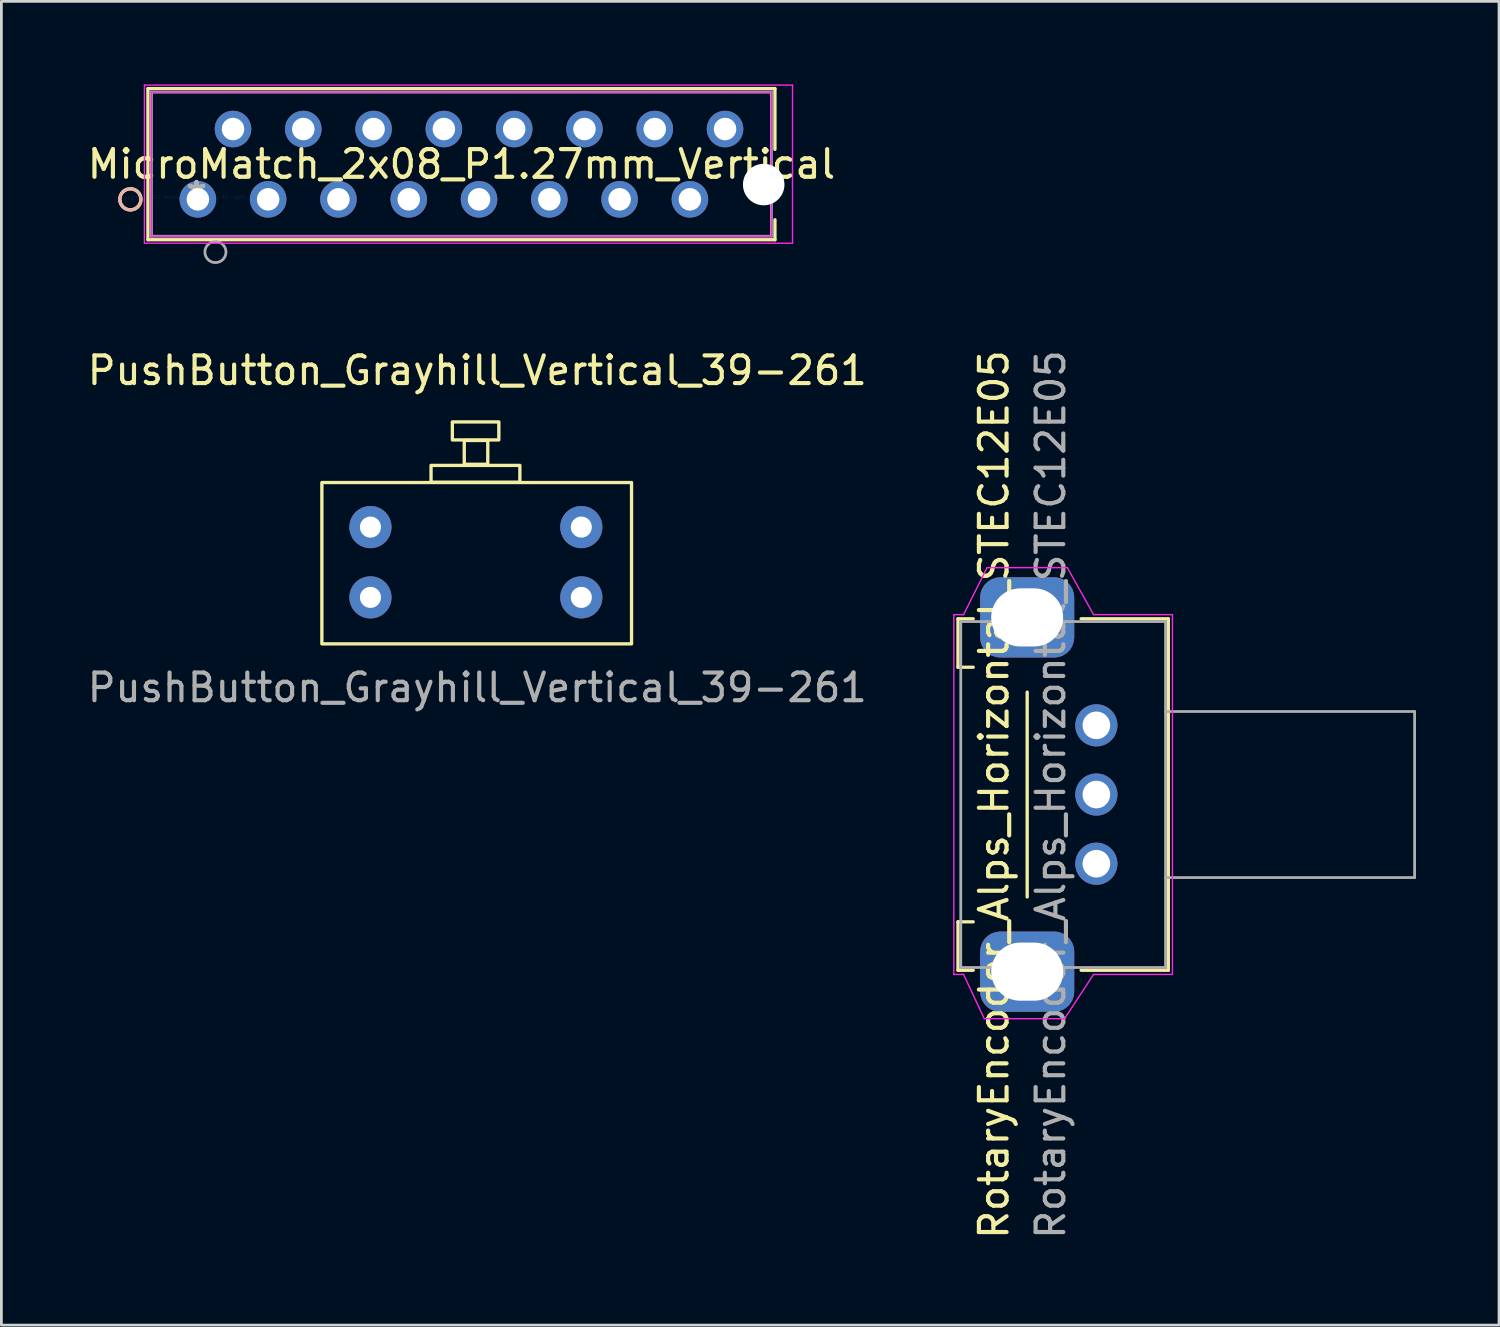
<source format=kicad_pcb>
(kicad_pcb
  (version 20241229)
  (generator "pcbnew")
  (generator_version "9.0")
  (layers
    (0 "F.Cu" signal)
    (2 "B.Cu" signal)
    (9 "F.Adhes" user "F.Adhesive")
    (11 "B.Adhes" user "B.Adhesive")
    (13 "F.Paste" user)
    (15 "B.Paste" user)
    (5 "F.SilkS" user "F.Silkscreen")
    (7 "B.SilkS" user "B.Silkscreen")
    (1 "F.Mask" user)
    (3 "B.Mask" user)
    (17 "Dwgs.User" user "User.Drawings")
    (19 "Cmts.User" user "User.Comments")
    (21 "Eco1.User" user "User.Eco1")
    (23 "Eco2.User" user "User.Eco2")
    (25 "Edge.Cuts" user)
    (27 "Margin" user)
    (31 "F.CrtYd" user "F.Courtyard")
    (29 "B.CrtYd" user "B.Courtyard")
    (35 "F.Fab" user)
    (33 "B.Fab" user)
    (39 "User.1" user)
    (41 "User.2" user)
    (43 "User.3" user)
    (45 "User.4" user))
  (footprint "PushButton_Grayhill_Vertical_39-261"
    (layer "F.Cu")
    (at 14.146 17.267)
    (property "Reference" "PushButton_Grayhill_Vertical_39-261" (at 0.05 -6.93 0) (unlocked yes) (layer "F.SilkS") (effects (font (size 1 1) (thickness 0.15))))
    (fp_rect (start -5.565 -2.88) (end 5.625 2.95) (stroke (width 0.12) (type default)) (fill no) (layer "F.SilkS"))
    (fp_rect (start -1.62 -2.89) (end 1.59 -3.5) (stroke (width 0.12) (type default)) (fill no) (layer "F.SilkS"))
    (fp_rect (start -0.85 -5.07) (end 0.83 -4.42) (stroke (width 0.12) (type default)) (fill no) (layer "F.SilkS"))
    (fp_rect (start -0.42 -3.54) (end 0.43 -4.4) (stroke (width 0.12) (type default)) (fill no) (layer "F.SilkS"))
    (fp_text user "${REFERENCE}" (at 0.05 4.53 0) (unlocked yes) (layer "F.Fab") (effects (font (size 1 1) (thickness 0.15))))
    (pad "1" thru_hole circle (at 3.81 -1.27) (size 1.524 1.524) (drill 0.762) (layers "*.Cu" "*.Mask"))
    (pad "2" thru_hole circle (at -3.81 -1.27) (size 1.524 1.524) (drill 0.762) (layers "*.Cu" "*.Mask"))
    (pad "3" thru_hole circle (at 3.81 1.27) (size 1.524 1.524) (drill 0.762) (layers "*.Cu" "*.Mask"))
    (pad "4" thru_hole circle (at -3.81 1.27) (size 1.524 1.524) (drill 0.762) (layers "*.Cu" "*.Mask")))
  (footprint "RotaryEncoder_Alps_Horizontal_STEC12E05"
    (layer "F.Cu")
    (at 36.568 28.161)
    (property "Reference" "RotaryEncoder_Alps_Horizontal_STEC12E05" (at -3.7 -2.5 270) (layer "F.SilkS") (effects (font (size 1 1) (thickness 0.15))))
    (attr through_hole)
    (fp_line (start -5 -8.85) (end -5 -7.1) (stroke (width 0.12) (type solid)) (layer "F.SilkS"))
    (fp_line (start -5 -7.1) (end -4.45 -7.1) (stroke (width 0.12) (type solid)) (layer "F.SilkS"))
    (fp_line (start -5 2.1) (end -4.45 2.1) (stroke (width 0.12) (type solid)) (layer "F.SilkS"))
    (fp_line (start -5 3.85) (end -5 2.1) (stroke (width 0.12) (type solid)) (layer "F.SilkS"))
    (fp_line (start -5 3.85) (end -4.45 3.85) (stroke (width 0.12) (type solid)) (layer "F.SilkS"))
    (fp_line (start -4.45 -8.85) (end -5 -8.85) (stroke (width 0.12) (type solid)) (layer "F.SilkS"))
    (fp_line (start -2.5 1.2) (end -2.5 -6.2) (stroke (width 0.12) (type solid)) (layer "F.SilkS"))
    (fp_line (start -0.55 3.85) (end 2.6 3.85) (stroke (width 0.12) (type solid)) (layer "F.SilkS"))
    (fp_line (start 2.6 -8.85) (end -0.55 -8.85) (stroke (width 0.12) (type solid)) (layer "F.SilkS"))
    (fp_line (start 2.6 3.85) (end 2.6 -8.85) (stroke (width 0.12) (type solid)) (layer "F.SilkS"))
    (fp_line (start -5.15 4) (end -5.15 -9) (stroke (width 0.05) (type solid)) (layer "F.CrtYd"))
    (fp_line (start -4.8 -9) (end -5.15 -9) (stroke (width 0.05) (type default)) (layer "F.CrtYd"))
    (fp_line (start -4.8 -9) (end -3.95 -10.7) (stroke (width 0.05) (type solid)) (layer "F.CrtYd"))
    (fp_line (start -4.8 4) (end -5.15 4) (stroke (width 0.05) (type default)) (layer "F.CrtYd"))
    (fp_line (start -4.8 4) (end -4.05 5.6) (stroke (width 0.05) (type solid)) (layer "F.CrtYd"))
    (fp_line (start -3.95 -10.7) (end -1.05 -10.7) (stroke (width 0.05) (type solid)) (layer "F.CrtYd"))
    (fp_line (start -1.15 5.6) (end -4.05 5.6) (stroke (width 0.05) (type solid)) (layer "F.CrtYd"))
    (fp_line (start -1.05 -10.7) (end -0.1 -9) (stroke (width 0.05) (type default)) (layer "F.CrtYd"))
    (fp_line (start -0.1 -9) (end 2.75 -9) (stroke (width 0.05) (type default)) (layer "F.CrtYd"))
    (fp_line (start -0.1 4) (end -1.15 5.6) (stroke (width 0.05) (type solid)) (layer "F.CrtYd"))
    (fp_line (start -0.1 4) (end 2.75 4) (stroke (width 0.05) (type default)) (layer "F.CrtYd"))
    (fp_line (start 2.75 4) (end 2.75 -9) (stroke (width 0.05) (type solid)) (layer "F.CrtYd"))
    (fp_line (start -4.9 -8.75) (end 2.5 -8.75) (stroke (width 0.1) (type solid)) (layer "F.Fab"))
    (fp_line (start -4.9 3.75) (end -4.9 -8.75) (stroke (width 0.1) (type solid)) (layer "F.Fab"))
    (fp_line (start 2.5 -8.75) (end 2.5 3.75) (stroke (width 0.1) (type solid)) (layer "F.Fab"))
    (fp_line (start 2.5 0.5) (end 11.5 0.5) (stroke (width 0.1) (type solid)) (layer "F.Fab"))
    (fp_line (start 2.5 3.75) (end -4.9 3.75) (stroke (width 0.1) (type solid)) (layer "F.Fab"))
    (fp_line (start 11.5 -5.5) (end 2.5 -5.5) (stroke (width 0.1) (type solid)) (layer "F.Fab"))
    (fp_line (start 11.5 0.5) (end 11.5 -5.5) (stroke (width 0.1) (type solid)) (layer "F.Fab"))
    (fp_text user "${REFERENCE}" (at -1.65 -2.5 270) (layer "F.Fab") (effects (font (size 1 1) (thickness 0.15))))
    (pad "A" thru_hole circle (at 0 0 90) (size 1.524 1.524) (drill 1) (layers "*.Cu" "*.Mask"))
    (pad "B" thru_hole circle (at 0 -5 90) (size 1.524 1.524) (drill 1) (layers "*.Cu" "*.Mask"))
    (pad "C" thru_hole circle (at 0 -2.5 90) (size 1.524 1.524) (drill 1) (layers "*.Cu" "*.Mask"))
    (pad "SH" thru_hole roundrect (at -2.5 -8.9 90) (size 2.9 3.4) (drill oval 2.1 2.6) (layers "*.Cu" "*.Mask") (roundrect_rratio 0.25))
    (pad "SH" thru_hole roundrect (at -2.5 3.9 90) (size 2.9 3.4) (drill oval 2.1 2.6) (layers "*.Cu" "*.Mask") (roundrect_rratio 0.25)))
  (footprint "MicroMatch_2x08_P1.27mm_Vertical"
    (layer "F.Cu")
    (at 4.052 4.071)
    (property "Reference" "MicroMatch_2x08_P1.27mm_Vertical" (at 9.573 -1.188 0) (layer "F.SilkS") (effects (font (size 1 1) (thickness 0.15))))
    (attr through_hole)
    (fp_line (start -1.756 -3.919) (end -1.756 1.542) (stroke (width 0.12) (type solid)) (layer "F.SilkS"))
    (fp_line (start -1.756 1.542) (end 20.901 1.542) (stroke (width 0.12) (type solid)) (layer "F.SilkS"))
    (fp_line (start 20.901 -3.919) (end -1.756 -3.919) (stroke (width 0.12) (type solid)) (layer "F.SilkS"))
    (fp_line (start 20.901 -1.724) (end 20.901 -3.919) (stroke (width 0.12) (type solid)) (layer "F.SilkS"))
    (fp_line (start 20.901 1.542) (end 20.901 0.821) (stroke (width 0.12) (type solid)) (layer "F.SilkS"))
    (fp_circle (center -2.391 0.082) (end -2.01 0.082) (stroke (width 0.12) (type solid)) (fill no) (layer "F.SilkS"))
    (fp_circle (center -2.391 0.082) (end -2.01 0.082) (stroke (width 0.12) (type solid)) (fill no) (layer "B.SilkS"))
    (fp_line (start -1.883 -4.046) (end -1.883 1.669) (stroke (width 0.05) (type solid)) (layer "F.CrtYd"))
    (fp_line (start -1.883 1.669) (end 21.536 1.669) (stroke (width 0.05) (type solid)) (layer "F.CrtYd"))
    (fp_line (start -1.629 -3.792) (end -1.629 1.415) (stroke (width 0.05) (type solid)) (layer "F.CrtYd"))
    (fp_line (start -1.629 1.415) (end 20.774 1.415) (stroke (width 0.05) (type solid)) (layer "F.CrtYd"))
    (fp_line (start 20.774 -3.792) (end -1.629 -3.792) (stroke (width 0.05) (type solid)) (layer "F.CrtYd"))
    (fp_line (start 20.774 1.415) (end 20.774 -3.792) (stroke (width 0.05) (type solid)) (layer "F.CrtYd"))
    (fp_line (start 21.536 -4.046) (end -1.883 -4.046) (stroke (width 0.05) (type solid)) (layer "F.CrtYd"))
    (fp_line (start 21.536 1.669) (end 21.536 -4.046) (stroke (width 0.05) (type solid)) (layer "F.CrtYd"))
    (fp_line (start -1.629 -3.792) (end -1.629 1.415) (stroke (width 0.1) (type solid)) (layer "F.Fab"))
    (fp_line (start -1.629 1.415) (end 20.774 1.415) (stroke (width 0.1) (type solid)) (layer "F.Fab"))
    (fp_line (start 20.774 -3.792) (end -1.629 -3.792) (stroke (width 0.1) (type solid)) (layer "F.Fab"))
    (fp_line (start 20.774 1.415) (end 20.774 -3.792) (stroke (width 0.1) (type solid)) (layer "F.Fab"))
    (fp_circle (center 0.683 1.987) (end 1.064 1.987) (stroke (width 0.1) (type solid)) (fill no) (layer "F.Fab"))
    (fp_text user "*" (at 0 0 0) (layer "F.SilkS") (effects (font (size 1 1) (thickness 0.15))))
    (fp_text user "Copyright 2021 Accelerated Designs. All rights reserved." (at 0 0 0) (layer "Cmts.User") (effects (font (size 0.127 0.127) (thickness 0.002))))
    (fp_text user "*" (at 0 0 0) (layer "F.Fab") (effects (font (size 1 1) (thickness 0.15))))
    (pad "" np_thru_hole circle (at 20.495 -0.452) (size 1.499 1.499) (drill 1.499) (layers "*.Cu" "*.Mask"))
    (pad "1" thru_hole circle (at 0.048 0.082) (size 1.321 1.321) (drill 0.813) (layers "*.Cu" "*.Mask"))
    (pad "2" thru_hole circle (at 2.588 0.082) (size 1.321 1.321) (drill 0.813) (layers "*.Cu" "*.Mask"))
    (pad "3" thru_hole circle (at 5.128 0.082) (size 1.321 1.321) (drill 0.813) (layers "*.Cu" "*.Mask"))
    (pad "4" thru_hole circle (at 7.668 0.082) (size 1.321 1.321) (drill 0.813) (layers "*.Cu" "*.Mask"))
    (pad "5" thru_hole circle (at 10.208 0.082) (size 1.321 1.321) (drill 0.813) (layers "*.Cu" "*.Mask"))
    (pad "6" thru_hole circle (at 12.748 0.082) (size 1.321 1.321) (drill 0.813) (layers "*.Cu" "*.Mask"))
    (pad "7" thru_hole circle (at 15.288 0.082) (size 1.321 1.321) (drill 0.813) (layers "*.Cu" "*.Mask"))
    (pad "8" thru_hole circle (at 17.828 0.082) (size 1.321 1.321) (drill 0.813) (layers "*.Cu" "*.Mask"))
    (pad "9" thru_hole circle (at 1.318 -2.458) (size 1.321 1.321) (drill 0.813) (layers "*.Cu" "*.Mask"))
    (pad "10" thru_hole circle (at 3.858 -2.458) (size 1.321 1.321) (drill 0.813) (layers "*.Cu" "*.Mask"))
    (pad "11" thru_hole circle (at 6.398 -2.458) (size 1.321 1.321) (drill 0.813) (layers "*.Cu" "*.Mask"))
    (pad "12" thru_hole circle (at 8.938 -2.458) (size 1.321 1.321) (drill 0.813) (layers "*.Cu" "*.Mask"))
    (pad "13" thru_hole circle (at 11.478 -2.458) (size 1.321 1.321) (drill 0.813) (layers "*.Cu" "*.Mask"))
    (pad "14" thru_hole circle (at 14.018 -2.458) (size 1.321 1.321) (drill 0.813) (layers "*.Cu" "*.Mask"))
    (pad "15" thru_hole circle (at 16.558 -2.458) (size 1.321 1.321) (drill 0.813) (layers "*.Cu" "*.Mask"))
    (pad "16" thru_hole circle (at 19.098 -2.458) (size 1.321 1.321) (drill 0.813) (layers "*.Cu" "*.Mask")))
  (gr_rect
    (start -3 -3)
    (end 51.118 44.834)
    (stroke (width 0.1) (type default))
    (fill no)
    (layer "Edge.Cuts")))
</source>
